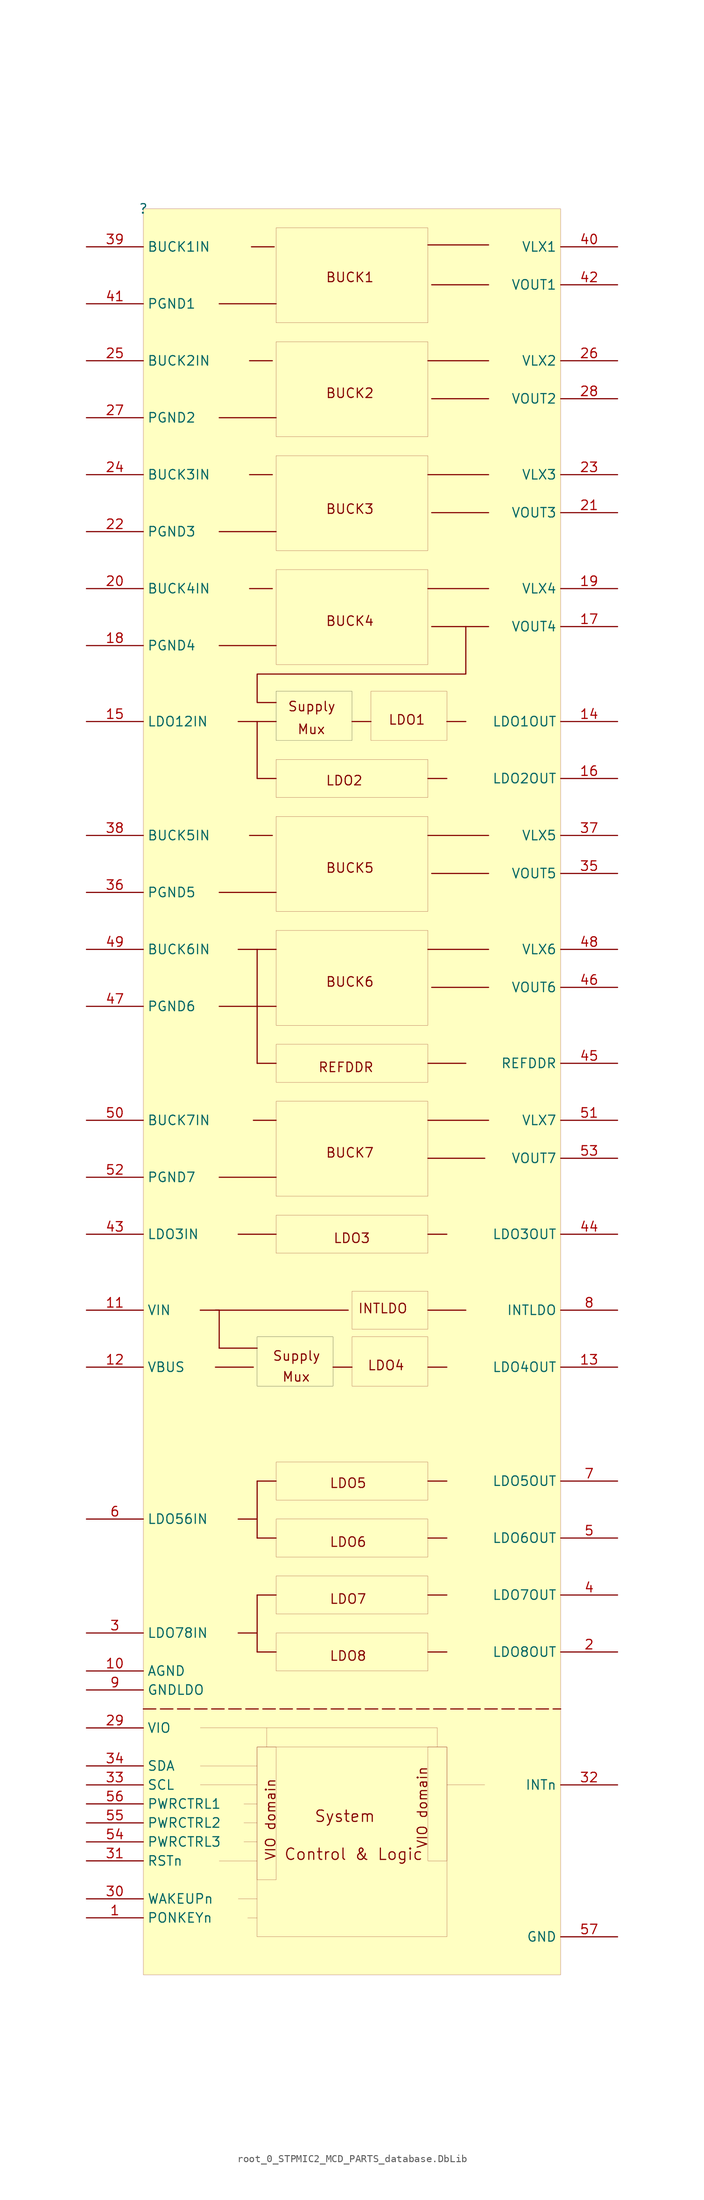
<source format=kicad_sym>
(kicad_symbol_lib
  (version 20241209)
  (generator "kicad_symbol_editor")
  (generator_version "9.0")
  (symbol "root_0_STPMIC2_MCD_PARTS_database.DbLib"
    (property "Reference" ""
      (at 0 0 0)
      (effects (font (size 1.27 1.27))))
    (property "Value" ""
      (at 0 0 0)
      (effects (font (size 1.27 1.27))))
    (symbol "root_0_STPMIC2_MCD_PARTS_database.DbLib_1_0"
      (polyline (pts (xy 0 -200.66) (xy 55.88 -200.66)) (stroke (width 0) (type dash)) (fill (type none)))
      (polyline (pts (xy 7.62 -203.2) (xy 39.37 -203.2)) (stroke (width 0.025) (type solid)) (fill (type none)))
      (polyline (pts (xy 7.62 -208.28) (xy 15.24 -208.28)) (stroke (width 0.025) (type solid)) (fill (type none)))
      (polyline (pts (xy 7.62 -210.82) (xy 15.24 -210.82)) (stroke (width 0.025) (type solid)) (fill (type none)))
      (polyline (pts (xy 9.652 -147.32) (xy 27.432 -147.32)) (stroke (width 0) (type solid)) (fill (type none)))
      (polyline (pts (xy 9.652 -154.94) (xy 14.732 -154.94)) (stroke (width 0) (type solid)) (fill (type none)))
      (polyline (pts (xy 10.16 -12.7) (xy 17.78 -12.7)) (stroke (width 0) (type solid)) (fill (type none)))
      (polyline (pts (xy 10.16 -27.94) (xy 17.78 -27.94)) (stroke (width 0) (type solid)) (fill (type none)))
      (polyline (pts (xy 10.16 -43.18) (xy 17.78 -43.18)) (stroke (width 0) (type solid)) (fill (type none)))
      (polyline (pts (xy 10.16 -58.42) (xy 17.78 -58.42)) (stroke (width 0) (type solid)) (fill (type none)))
      (polyline (pts (xy 10.16 -91.44) (xy 17.78 -91.44)) (stroke (width 0) (type solid)) (fill (type none)))
      (polyline (pts (xy 10.16 -106.68) (xy 17.78 -106.68)) (stroke (width 0) (type solid)) (fill (type none)))
      (polyline (pts (xy 10.16 -129.54) (xy 17.78 -129.54)) (stroke (width 0) (type solid)) (fill (type none)))
      (polyline (pts (xy 10.16 -147.32) (xy 7.62 -147.32)) (stroke (width 0) (type solid)) (fill (type none)))
      (polyline (pts (xy 10.16 -152.4) (xy 10.16 -147.32)) (stroke (width 0) (type solid)) (fill (type none)))
      (polyline (pts (xy 10.16 -152.4) (xy 15.24 -152.4)) (stroke (width 0) (type solid)) (fill (type none)))
      (polyline (pts (xy 10.16 -220.98) (xy 15.24 -220.98)) (stroke (width 0.025) (type solid)) (fill (type none)))
      (polyline (pts (xy 12.7 -68.58) (xy 15.24 -68.58)) (stroke (width 0) (type solid)) (fill (type none)))
      (polyline (pts (xy 12.7 -99.06) (xy 17.78 -99.06)) (stroke (width 0) (type solid)) (fill (type none)))
      (polyline (pts (xy 12.7 -137.16) (xy 17.78 -137.16)) (stroke (width 0) (type solid)) (fill (type none)))
      (polyline (pts (xy 12.7 -175.26) (xy 15.24 -175.26)) (stroke (width 0) (type solid)) (fill (type none)))
      (polyline (pts (xy 12.7 -190.5) (xy 15.24 -190.5)) (stroke (width 0) (type solid)) (fill (type none)))
      (polyline (pts (xy 12.7 -226.06) (xy 15.24 -226.06)) (stroke (width 0.025) (type solid)) (fill (type none)))
      (polyline (pts (xy 13.462 -213.36) (xy 15.24 -213.36)) (stroke (width 0.025) (type solid)) (fill (type none)))
      (polyline (pts (xy 13.462 -215.9) (xy 15.24 -215.9)) (stroke (width 0.025) (type solid)) (fill (type none)))
      (polyline (pts (xy 13.462 -218.44) (xy 15.24 -218.44)) (stroke (width 0.025) (type solid)) (fill (type none)))
      (polyline (pts (xy 13.97 -228.6) (xy 15.24 -228.6)) (stroke (width 0.025) (type solid)) (fill (type none)))
      (polyline (pts (xy 14.224 -20.32) (xy 17.272 -20.32)) (stroke (width 0) (type solid)) (fill (type none)))
      (polyline (pts (xy 14.224 -35.56) (xy 17.272 -35.56)) (stroke (width 0) (type solid)) (fill (type none)))
      (polyline (pts (xy 14.224 -50.8) (xy 17.272 -50.8)) (stroke (width 0) (type solid)) (fill (type none)))
      (polyline (pts (xy 14.224 -83.82) (xy 17.272 -83.82)) (stroke (width 0) (type solid)) (fill (type none)))
      (polyline (pts (xy 14.478 -5.08) (xy 17.526 -5.08)) (stroke (width 0) (type solid)) (fill (type none)))
      (polyline (pts (xy 14.732 -121.92) (xy 17.78 -121.92)) (stroke (width 0) (type solid)) (fill (type none)))
      (polyline (pts (xy 15.24 -68.58) (xy 15.24 -76.2)) (stroke (width 0) (type solid)) (fill (type none)))
      (polyline (pts (xy 15.24 -68.58) (xy 17.78 -68.58)) (stroke (width 0) (type solid)) (fill (type none)))
      (polyline (pts (xy 15.24 -76.2) (xy 17.78 -76.2)) (stroke (width 0) (type solid)) (fill (type none)))
      (polyline (pts (xy 15.24 -99.06) (xy 15.24 -114.3)) (stroke (width 0) (type solid)) (fill (type none)))
      (polyline (pts (xy 15.24 -114.3) (xy 17.78 -114.3)) (stroke (width 0) (type solid)) (fill (type none)))
      (polyline (pts (xy 15.24 -170.18) (xy 15.24 -177.8)) (stroke (width 0) (type solid)) (fill (type none)))
      (polyline (pts (xy 15.24 -170.18) (xy 17.78 -170.18)) (stroke (width 0) (type solid)) (fill (type none)))
      (polyline (pts (xy 15.24 -177.8) (xy 17.78 -177.8)) (stroke (width 0) (type solid)) (fill (type none)))
      (polyline (pts (xy 15.24 -185.42) (xy 15.24 -193.04)) (stroke (width 0) (type solid)) (fill (type none)))
      (polyline (pts (xy 15.24 -185.42) (xy 17.78 -185.42)) (stroke (width 0) (type solid)) (fill (type none)))
      (polyline (pts (xy 15.24 -193.04) (xy 17.78 -193.04)) (stroke (width 0) (type solid)) (fill (type none)))
      (polyline (pts (xy 16.51 -203.2) (xy 16.51 -205.74)) (stroke (width 0.025) (type solid)) (fill (type none)))
      (rectangle (start 17.78 -205.74) (end 15.24 -223.52) (stroke (width 0.025) (type solid) (color 128 0 0 1)) (fill (type color) (color 255 255 255 1)))
      (rectangle (start 25.4 -150.876) (end 15.24 -157.48) (stroke (width 0.025) (type solid) (color 0 0 0 1)) (fill (type color) (color 255 255 255 1)))
      (polyline (pts (xy 25.4 -154.94) (xy 27.94 -154.94)) (stroke (width 0) (type solid)) (fill (type none)))
      (rectangle (start 27.94 -64.516) (end 17.78 -71.12) (stroke (width 0.025) (type solid) (color 0 0 0 1)) (fill (type color) (color 255 255 255 1)))
      (polyline (pts (xy 27.94 -68.58) (xy 30.48 -68.58)) (stroke (width 0) (type solid)) (fill (type none)))
      (rectangle (start 38.1 -2.54) (end 17.78 -15.24) (stroke (width 0.025) (type solid) (color 128 0 0 1)) (fill (type color) (color 255 255 255 1)))
      (polyline (pts (xy 38.1 -4.826) (xy 46.228 -4.826)) (stroke (width 0) (type solid)) (fill (type none)))
      (rectangle (start 38.1 -17.78) (end 17.78 -30.48) (stroke (width 0.025) (type solid) (color 128 0 0 1)) (fill (type color) (color 255 255 255 1)))
      (polyline (pts (xy 38.1 -20.32) (xy 46.228 -20.32)) (stroke (width 0) (type solid)) (fill (type none)))
      (rectangle (start 38.1 -33.02) (end 17.78 -45.72) (stroke (width 0.025) (type solid) (color 128 0 0 1)) (fill (type color) (color 255 255 255 1)))
      (polyline (pts (xy 38.1 -35.56) (xy 46.228 -35.56)) (stroke (width 0) (type solid)) (fill (type none)))
      (rectangle (start 38.1 -48.26) (end 17.78 -60.96) (stroke (width 0.025) (type solid) (color 128 0 0 1)) (fill (type color) (color 255 255 255 1)))
      (polyline (pts (xy 38.1 -50.8) (xy 46.228 -50.8)) (stroke (width 0) (type solid)) (fill (type none)))
      (rectangle (start 38.1 -73.66) (end 17.78 -78.74) (stroke (width 0.025) (type solid) (color 128 0 0 1)) (fill (type color) (color 255 255 255 1)))
      (polyline (pts (xy 38.1 -76.2) (xy 40.64 -76.2)) (stroke (width 0) (type solid)) (fill (type none)))
      (rectangle (start 38.1 -81.28) (end 17.78 -93.98) (stroke (width 0.025) (type solid) (color 128 0 0 1)) (fill (type color) (color 255 255 255 1)))
      (polyline (pts (xy 38.1 -83.82) (xy 46.228 -83.82)) (stroke (width 0) (type solid)) (fill (type none)))
      (rectangle (start 38.1 -96.52) (end 17.78 -109.22) (stroke (width 0.025) (type solid) (color 128 0 0 1)) (fill (type color) (color 255 255 255 1)))
      (polyline (pts (xy 38.1 -99.06) (xy 46.228 -99.06)) (stroke (width 0) (type solid)) (fill (type none)))
      (rectangle (start 38.1 -111.76) (end 17.78 -116.84) (stroke (width 0.025) (type solid) (color 128 0 0 1)) (fill (type color) (color 255 255 255 1)))
      (polyline (pts (xy 38.1 -114.3) (xy 43.18 -114.3)) (stroke (width 0) (type solid)) (fill (type none)))
      (rectangle (start 38.1 -119.38) (end 17.78 -132.08) (stroke (width 0.025) (type solid) (color 128 0 0 1)) (fill (type color) (color 255 255 255 1)))
      (polyline (pts (xy 38.1 -121.92) (xy 46.228 -121.92)) (stroke (width 0) (type solid)) (fill (type none)))
      (polyline (pts (xy 38.1 -127) (xy 45.72 -127)) (stroke (width 0) (type solid)) (fill (type none)))
      (rectangle (start 38.1 -134.62) (end 17.78 -139.7) (stroke (width 0.025) (type solid) (color 128 0 0 1)) (fill (type color) (color 255 255 255 1)))
      (polyline (pts (xy 38.1 -137.16) (xy 40.64 -137.16)) (stroke (width 0) (type solid)) (fill (type none)))
      (rectangle (start 38.1 -144.78) (end 27.94 -149.86) (stroke (width 0.025) (type solid) (color 128 0 0 1)) (fill (type color) (color 255 255 255 1)))
      (polyline (pts (xy 38.1 -147.32) (xy 43.18 -147.32)) (stroke (width 0) (type solid)) (fill (type none)))
      (rectangle (start 38.1 -150.876) (end 27.94 -157.48) (stroke (width 0.025) (type solid) (color 128 0 0 1)) (fill (type color) (color 255 255 255 1)))
      (polyline (pts (xy 38.1 -154.94) (xy 40.64 -154.94)) (stroke (width 0) (type solid)) (fill (type none)))
      (rectangle (start 38.1 -167.64) (end 17.78 -172.72) (stroke (width 0.025) (type solid) (color 128 0 0 1)) (fill (type color) (color 255 255 255 1)))
      (polyline (pts (xy 38.1 -170.18) (xy 40.64 -170.18)) (stroke (width 0) (type solid)) (fill (type none)))
      (rectangle (start 38.1 -175.26) (end 17.78 -180.34) (stroke (width 0.025) (type solid) (color 128 0 0 1)) (fill (type color) (color 255 255 255 1)))
      (polyline (pts (xy 38.1 -177.8) (xy 40.64 -177.8)) (stroke (width 0) (type solid)) (fill (type none)))
      (rectangle (start 38.1 -182.88) (end 17.78 -187.96) (stroke (width 0.025) (type solid) (color 128 0 0 1)) (fill (type color) (color 255 255 255 1)))
      (polyline (pts (xy 38.1 -185.42) (xy 40.64 -185.42)) (stroke (width 0) (type solid)) (fill (type none)))
      (rectangle (start 38.1 -190.5) (end 17.78 -195.58) (stroke (width 0.025) (type solid) (color 128 0 0 1)) (fill (type color) (color 255 255 255 1)))
      (polyline (pts (xy 38.1 -193.04) (xy 40.64 -193.04)) (stroke (width 0) (type solid)) (fill (type none)))
      (polyline (pts (xy 38.608 -10.16) (xy 46.228 -10.16)) (stroke (width 0) (type solid)) (fill (type none)))
      (polyline (pts (xy 38.608 -25.4) (xy 46.228 -25.4)) (stroke (width 0) (type solid)) (fill (type none)))
      (polyline (pts (xy 38.608 -40.64) (xy 46.228 -40.64)) (stroke (width 0) (type solid)) (fill (type none)))
      (polyline (pts (xy 38.608 -55.88) (xy 46.228 -55.88)) (stroke (width 0) (type solid)) (fill (type none)))
      (polyline (pts (xy 38.608 -88.9) (xy 46.228 -88.9)) (stroke (width 0) (type solid)) (fill (type none)))
      (polyline (pts (xy 38.608 -104.14) (xy 46.228 -104.14)) (stroke (width 0) (type solid)) (fill (type none)))
      (polyline (pts (xy 39.37 -203.2) (xy 39.37 -205.74)) (stroke (width 0.025) (type solid)) (fill (type none)))
      (rectangle (start 40.64 -64.516) (end 30.48 -71.12) (stroke (width 0.025) (type solid) (color 128 0 0 1)) (fill (type color) (color 255 255 255 1)))
      (polyline (pts (xy 40.64 -68.58) (xy 43.18 -68.58)) (stroke (width 0) (type solid)) (fill (type none)))
      (rectangle (start 40.64 -205.74) (end 15.24 -231.14) (stroke (width 0.025) (type solid) (color 128 0 0 1)) (fill (type color) (color 255 255 255 1)))
      (rectangle (start 40.64 -205.74) (end 38.1 -220.98) (stroke (width 0.025) (type solid) (color 128 0 0 1)) (fill (type color) (color 255 255 255 1)))
      (polyline (pts (xy 40.64 -210.82) (xy 45.72 -210.82)) (stroke (width 0.025) (type solid)) (fill (type none)))
      (polyline (pts (xy 43.18 -55.88) (xy 43.18 -62.23) (xy 15.24 -62.23) (xy 15.24 -66.04) (xy 17.78 -66.04)) (stroke (width 0) (type solid)) (fill (type none)))
      (rectangle (start 55.88 0) (end 0 -236.22) (stroke (width 0.025) (type solid) (color 128 0 0 1)) (fill (type background)))
      (text "Supply" (at 17.272 -154.178 0) (effects (font (size 1.27 1.27)) (justify left bottom)))
      (text "VIO domain" (at 17.78 -220.98 900) (effects (font (size 1.27 1.27)) (justify left bottom)))
      (text "Mux" (at 18.542 -156.972 0) (effects (font (size 1.27 1.27)) (justify left bottom)))
      (text "Control & Logic" (at 18.796 -220.98 0) (effects (font (size 1.524 1.524)) (justify left bottom)))
      (text "Supply" (at 19.304 -67.31 0) (effects (font (size 1.27 1.27)) (justify left bottom)))
      (text "Mux" (at 20.574 -70.358 0) (effects (font (size 1.27 1.27)) (justify left bottom)))
      (text "System" (at 22.86 -215.9 0) (effects (font (size 1.524 1.524)) (justify left bottom)))
      (text "REFDDR" (at 23.368 -115.57 0) (effects (font (size 1.27 1.27)) (justify left bottom)))
      (text "BUCK1" (at 24.384 -9.906 0) (effects (font (size 1.27 1.27)) (justify left bottom)))
      (text "BUCK2" (at 24.384 -25.4 0) (effects (font (size 1.27 1.27)) (justify left bottom)))
      (text "BUCK3" (at 24.384 -40.894 0) (effects (font (size 1.27 1.27)) (justify left bottom)))
      (text "BUCK4" (at 24.384 -55.88 0) (effects (font (size 1.27 1.27)) (justify left bottom)))
      (text "LDO2" (at 24.384 -77.216 0) (effects (font (size 1.27 1.27)) (justify left bottom)))
      (text "BUCK5" (at 24.384 -88.9 0) (effects (font (size 1.27 1.27)) (justify left bottom)))
      (text "BUCK6" (at 24.384 -104.14 0) (effects (font (size 1.27 1.27)) (justify left bottom)))
      (text "BUCK7" (at 24.384 -127 0) (effects (font (size 1.27 1.27)) (justify left bottom)))
      (text "LDO5" (at 24.892 -171.196 0) (effects (font (size 1.27 1.27)) (justify left bottom)))
      (text "LDO6" (at 24.892 -179.07 0) (effects (font (size 1.27 1.27)) (justify left bottom)))
      (text "LDO7" (at 24.892 -186.69 0) (effects (font (size 1.27 1.27)) (justify left bottom)))
      (text "LDO8" (at 24.892 -194.31 0) (effects (font (size 1.27 1.27)) (justify left bottom)))
      (text "LDO3" (at 25.4 -138.43 0) (effects (font (size 1.27 1.27)) (justify left bottom)))
      (text "INTLDO" (at 28.702 -147.828 0) (effects (font (size 1.27 1.27)) (justify left bottom)))
      (text "LDO4" (at 29.972 -155.448 0) (effects (font (size 1.27 1.27)) (justify left bottom)))
      (text "LDO1" (at 32.766 -69.088 0) (effects (font (size 1.27 1.27)) (justify left bottom)))
      (text "VIO domain" (at 38.1 -208.28 900) (effects (font (size 1.27 1.27)) (justify right bottom)))
      (pin passive line (at -7.62 -5.08 0) (length 7.62) (name "BUCK1IN" (effects (font (size 1.27 1.27)))) (number "39" (effects (font (size 1.27 1.27)))))
      (pin passive line (at -7.62 -12.7 0) (length 7.62) (name "PGND1" (effects (font (size 1.27 1.27)))) (number "41" (effects (font (size 1.27 1.27)))))
      (pin passive line (at -7.62 -20.32 0) (length 7.62) (name "BUCK2IN" (effects (font (size 1.27 1.27)))) (number "25" (effects (font (size 1.27 1.27)))))
      (pin passive line (at -7.62 -27.94 0) (length 7.62) (name "PGND2" (effects (font (size 1.27 1.27)))) (number "27" (effects (font (size 1.27 1.27)))))
      (pin passive line (at -7.62 -35.56 0) (length 7.62) (name "BUCK3IN" (effects (font (size 1.27 1.27)))) (number "24" (effects (font (size 1.27 1.27)))))
      (pin passive line (at -7.62 -43.18 0) (length 7.62) (name "PGND3" (effects (font (size 1.27 1.27)))) (number "22" (effects (font (size 1.27 1.27)))))
      (pin passive line (at -7.62 -50.8 0) (length 7.62) (name "BUCK4IN" (effects (font (size 1.27 1.27)))) (number "20" (effects (font (size 1.27 1.27)))))
      (pin passive line (at -7.62 -58.42 0) (length 7.62) (name "PGND4" (effects (font (size 1.27 1.27)))) (number "18" (effects (font (size 1.27 1.27)))))
      (pin passive line (at -7.62 -68.58 0) (length 7.62) (name "LDO12IN" (effects (font (size 1.27 1.27)))) (number "15" (effects (font (size 1.27 1.27)))))
      (pin passive line (at -7.62 -83.82 0) (length 7.62) (name "BUCK5IN" (effects (font (size 1.27 1.27)))) (number "38" (effects (font (size 1.27 1.27)))))
      (pin passive line (at -7.62 -91.44 0) (length 7.62) (name "PGND5" (effects (font (size 1.27 1.27)))) (number "36" (effects (font (size 1.27 1.27)))))
      (pin passive line (at -7.62 -99.06 0) (length 7.62) (name "BUCK6IN" (effects (font (size 1.27 1.27)))) (number "49" (effects (font (size 1.27 1.27)))))
      (pin passive line (at -7.62 -106.68 0) (length 7.62) (name "PGND6" (effects (font (size 1.27 1.27)))) (number "47" (effects (font (size 1.27 1.27)))))
      (pin passive line (at -7.62 -121.92 0) (length 7.62) (name "BUCK7IN" (effects (font (size 1.27 1.27)))) (number "50" (effects (font (size 1.27 1.27)))))
      (pin passive line (at -7.62 -129.54 0) (length 7.62) (name "PGND7" (effects (font (size 1.27 1.27)))) (number "52" (effects (font (size 1.27 1.27)))))
      (pin passive line (at -7.62 -137.16 0) (length 7.62) (name "LDO3IN" (effects (font (size 1.27 1.27)))) (number "43" (effects (font (size 1.27 1.27)))))
      (pin passive line (at -7.62 -147.32 0) (length 7.62) (name "VIN" (effects (font (size 1.27 1.27)))) (number "11" (effects (font (size 1.27 1.27)))))
      (pin passive line (at -7.62 -154.94 0) (length 7.62) (name "VBUS" (effects (font (size 1.27 1.27)))) (number "12" (effects (font (size 1.27 1.27)))))
      (pin passive line (at -7.62 -175.26 0) (length 7.62) (name "LDO56IN" (effects (font (size 1.27 1.27)))) (number "6" (effects (font (size 1.27 1.27)))))
      (pin passive line (at -7.62 -190.5 0) (length 7.62) (name "LDO78IN" (effects (font (size 1.27 1.27)))) (number "3" (effects (font (size 1.27 1.27)))))
      (pin passive line (at -7.62 -195.58 0) (length 7.62) (name "AGND" (effects (font (size 1.27 1.27)))) (number "10" (effects (font (size 1.27 1.27)))))
      (pin passive line (at -7.62 -198.12 0) (length 7.62) (name "GNDLDO" (effects (font (size 1.27 1.27)))) (number "9" (effects (font (size 1.27 1.27)))))
      (pin passive line (at -7.62 -203.2 0) (length 7.62) (name "VIO" (effects (font (size 1.27 1.27)))) (number "29" (effects (font (size 1.27 1.27)))))
      (pin passive line (at -7.62 -208.28 0) (length 7.62) (name "SDA" (effects (font (size 1.27 1.27)))) (number "34" (effects (font (size 1.27 1.27)))))
      (pin passive line (at -7.62 -210.82 0) (length 7.62) (name "SCL" (effects (font (size 1.27 1.27)))) (number "33" (effects (font (size 1.27 1.27)))))
      (pin passive line (at -7.62 -213.36 0) (length 7.62) (name "PWRCTRL1" (effects (font (size 1.27 1.27)))) (number "56" (effects (font (size 1.27 1.27)))))
      (pin passive line (at -7.62 -215.9 0) (length 7.62) (name "PWRCTRL2" (effects (font (size 1.27 1.27)))) (number "55" (effects (font (size 1.27 1.27)))))
      (pin passive line (at -7.62 -218.44 0) (length 7.62) (name "PWRCTRL3" (effects (font (size 1.27 1.27)))) (number "54" (effects (font (size 1.27 1.27)))))
      (pin passive line (at -7.62 -220.98 0) (length 7.62) (name "RSTn" (effects (font (size 1.27 1.27)))) (number "31" (effects (font (size 1.27 1.27)))))
      (pin passive line (at -7.62 -226.06 0) (length 7.62) (name "WAKEUPn" (effects (font (size 1.27 1.27)))) (number "30" (effects (font (size 1.27 1.27)))))
      (pin passive line (at -7.62 -228.6 0) (length 7.62) (name "PONKEYn" (effects (font (size 1.27 1.27)))) (number "1" (effects (font (size 1.27 1.27)))))
      (pin passive line (at 63.5 -5.08 180) (length 7.62) (name "VLX1" (effects (font (size 1.27 1.27)))) (number "40" (effects (font (size 1.27 1.27)))))
      (pin passive line (at 63.5 -10.16 180) (length 7.62) (name "VOUT1" (effects (font (size 1.27 1.27)))) (number "42" (effects (font (size 1.27 1.27)))))
      (pin passive line (at 63.5 -20.32 180) (length 7.62) (name "VLX2" (effects (font (size 1.27 1.27)))) (number "26" (effects (font (size 1.27 1.27)))))
      (pin passive line (at 63.5 -25.4 180) (length 7.62) (name "VOUT2" (effects (font (size 1.27 1.27)))) (number "28" (effects (font (size 1.27 1.27)))))
      (pin passive line (at 63.5 -35.56 180) (length 7.62) (name "VLX3" (effects (font (size 1.27 1.27)))) (number "23" (effects (font (size 1.27 1.27)))))
      (pin passive line (at 63.5 -40.64 180) (length 7.62) (name "VOUT3" (effects (font (size 1.27 1.27)))) (number "21" (effects (font (size 1.27 1.27)))))
      (pin passive line (at 63.5 -50.8 180) (length 7.62) (name "VLX4" (effects (font (size 1.27 1.27)))) (number "19" (effects (font (size 1.27 1.27)))))
      (pin passive line (at 63.5 -55.88 180) (length 7.62) (name "VOUT4" (effects (font (size 1.27 1.27)))) (number "17" (effects (font (size 1.27 1.27)))))
      (pin passive line (at 63.5 -68.58 180) (length 7.62) (name "LDO1OUT" (effects (font (size 1.27 1.27)))) (number "14" (effects (font (size 1.27 1.27)))))
      (pin passive line (at 63.5 -76.2 180) (length 7.62) (name "LDO2OUT" (effects (font (size 1.27 1.27)))) (number "16" (effects (font (size 1.27 1.27)))))
      (pin passive line (at 63.5 -83.82 180) (length 7.62) (name "VLX5" (effects (font (size 1.27 1.27)))) (number "37" (effects (font (size 1.27 1.27)))))
      (pin passive line (at 63.5 -88.9 180) (length 7.62) (name "VOUT5" (effects (font (size 1.27 1.27)))) (number "35" (effects (font (size 1.27 1.27)))))
      (pin passive line (at 63.5 -99.06 180) (length 7.62) (name "VLX6" (effects (font (size 1.27 1.27)))) (number "48" (effects (font (size 1.27 1.27)))))
      (pin passive line (at 63.5 -104.14 180) (length 7.62) (name "VOUT6" (effects (font (size 1.27 1.27)))) (number "46" (effects (font (size 1.27 1.27)))))
      (pin passive line (at 63.5 -114.3 180) (length 7.62) (name "REFDDR" (effects (font (size 1.27 1.27)))) (number "45" (effects (font (size 1.27 1.27)))))
      (pin passive line (at 63.5 -121.92 180) (length 7.62) (name "VLX7" (effects (font (size 1.27 1.27)))) (number "51" (effects (font (size 1.27 1.27)))))
      (pin passive line (at 63.5 -127 180) (length 7.62) (name "VOUT7" (effects (font (size 1.27 1.27)))) (number "53" (effects (font (size 1.27 1.27)))))
      (pin passive line (at 63.5 -137.16 180) (length 7.62) (name "LDO3OUT" (effects (font (size 1.27 1.27)))) (number "44" (effects (font (size 1.27 1.27)))))
      (pin passive line (at 63.5 -147.32 180) (length 7.62) (name "INTLDO" (effects (font (size 1.27 1.27)))) (number "8" (effects (font (size 1.27 1.27)))))
      (pin passive line (at 63.5 -154.94 180) (length 7.62) (name "LDO4OUT" (effects (font (size 1.27 1.27)))) (number "13" (effects (font (size 1.27 1.27)))))
      (pin passive line (at 63.5 -170.18 180) (length 7.62) (name "LDO5OUT" (effects (font (size 1.27 1.27)))) (number "7" (effects (font (size 1.27 1.27)))))
      (pin passive line (at 63.5 -177.8 180) (length 7.62) (name "LDO6OUT" (effects (font (size 1.27 1.27)))) (number "5" (effects (font (size 1.27 1.27)))))
      (pin passive line (at 63.5 -185.42 180) (length 7.62) (name "LDO7OUT" (effects (font (size 1.27 1.27)))) (number "4" (effects (font (size 1.27 1.27)))))
      (pin passive line (at 63.5 -193.04 180) (length 7.62) (name "LDO8OUT" (effects (font (size 1.27 1.27)))) (number "2" (effects (font (size 1.27 1.27)))))
      (pin passive line (at 63.5 -210.82 180) (length 7.62) (name "INTn" (effects (font (size 1.27 1.27)))) (number "32" (effects (font (size 1.27 1.27)))))
      (pin passive line (at 63.5 -231.14 180) (length 7.62) (name "GND" (effects (font (size 1.27 1.27)))) (number "57" (effects (font (size 1.27 1.27))))))))
</source>
